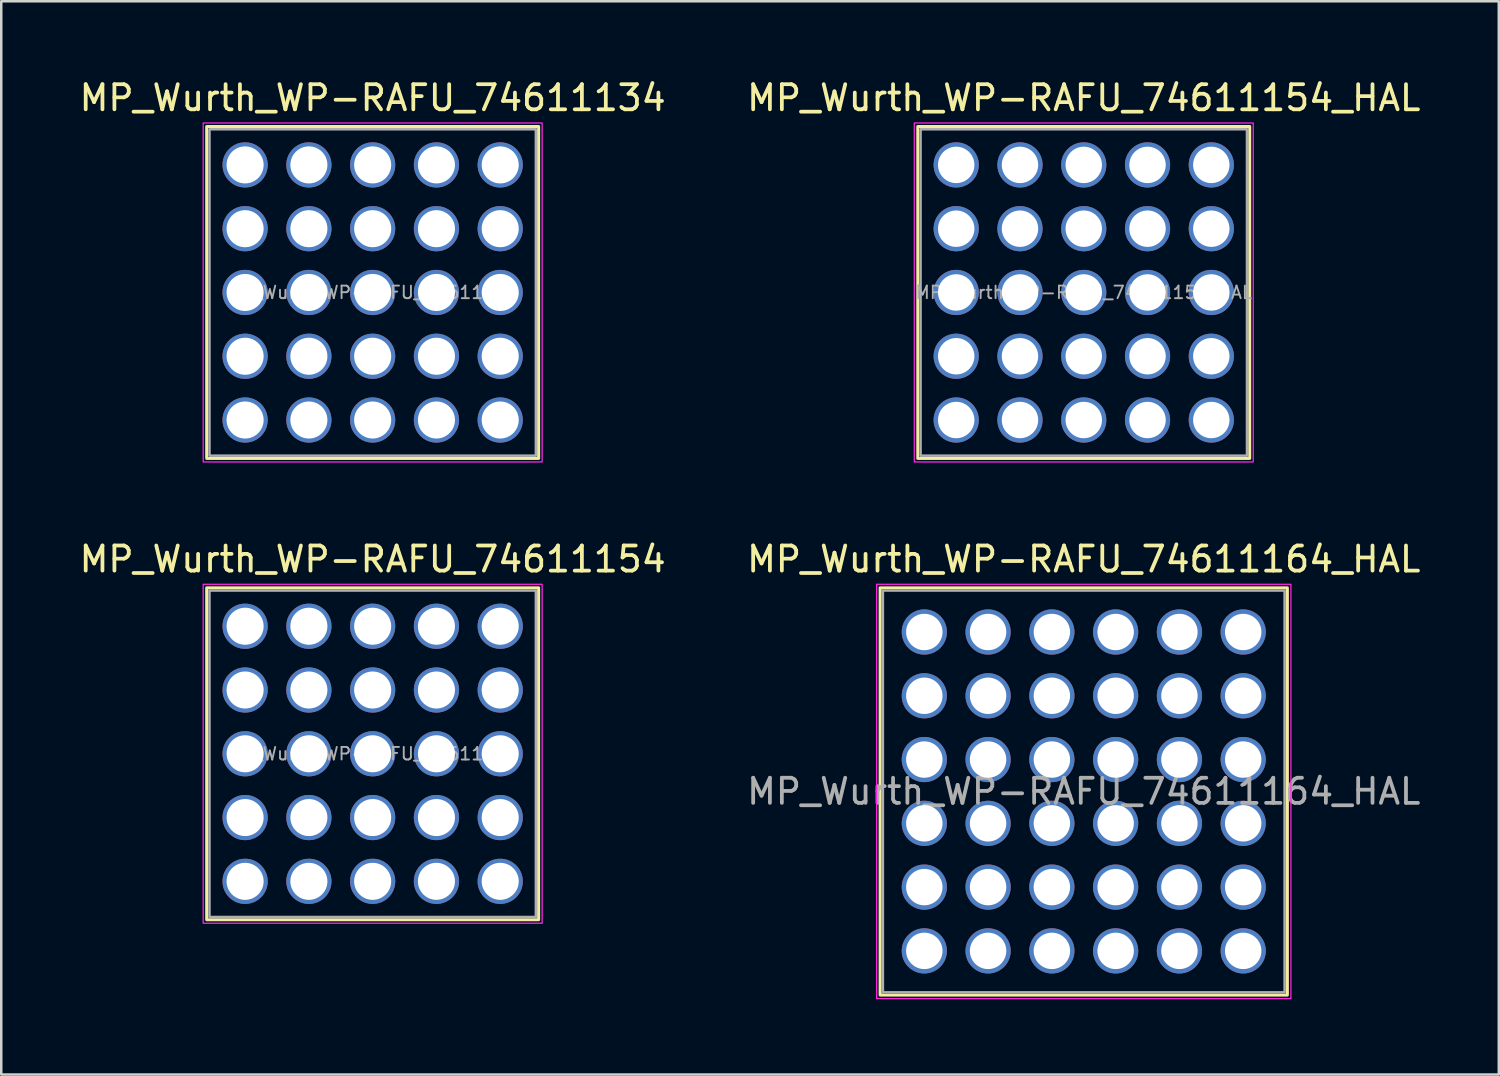
<source format=kicad_pcb>
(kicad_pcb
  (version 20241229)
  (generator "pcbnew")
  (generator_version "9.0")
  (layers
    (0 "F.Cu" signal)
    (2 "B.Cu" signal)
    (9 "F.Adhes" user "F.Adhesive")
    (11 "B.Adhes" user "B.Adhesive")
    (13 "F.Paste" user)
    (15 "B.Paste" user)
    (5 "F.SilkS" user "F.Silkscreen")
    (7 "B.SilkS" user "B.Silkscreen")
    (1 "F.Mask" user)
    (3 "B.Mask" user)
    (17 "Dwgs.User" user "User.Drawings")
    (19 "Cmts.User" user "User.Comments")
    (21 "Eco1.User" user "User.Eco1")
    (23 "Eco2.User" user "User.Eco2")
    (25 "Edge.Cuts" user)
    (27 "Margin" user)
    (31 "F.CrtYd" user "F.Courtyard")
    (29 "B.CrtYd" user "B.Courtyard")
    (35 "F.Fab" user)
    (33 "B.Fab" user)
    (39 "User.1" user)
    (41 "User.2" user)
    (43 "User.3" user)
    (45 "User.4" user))
  (footprint "MP_Wurth_WP-RAFU_74611134"
    (layer "F.Cu")
    (at 11.792 8.598)
    (property "Reference" "MP_Wurth_WP-RAFU_74611134" (at 0 -7.75 0) (unlocked yes) (layer "F.SilkS") (effects (font (size 1 1) (thickness 0.15))))
    (attr through_hole)
    (fp_rect (start -6.61 -6.61) (end 6.61 6.61) (stroke (width 0.12) (type solid)) (fill no) (layer "F.SilkS"))
    (fp_rect (start -6.75 -6.75) (end 6.75 6.75) (stroke (width 0.05) (type solid)) (fill no) (layer "F.CrtYd"))
    (fp_rect (start -6.5 -6.5) (end 6.5 6.5) (stroke (width 0.1) (type solid)) (fill no) (layer "F.Fab"))
    (fp_text user "${REFERENCE}" (at 0 0 0) (unlocked yes) (layer "F.Fab") (effects (font (size 0.5 0.5) (thickness 0.075))))
    (pad "1" thru_hole circle (at -5.08 -5.08) (size 1.8 1.8) (drill 1.475) (layers "*.Cu" "*.Mask"))
    (pad "1" thru_hole circle (at -5.08 -2.54) (size 1.8 1.8) (drill 1.475) (layers "*.Cu" "*.Mask"))
    (pad "1" thru_hole circle (at -5.08 0) (size 1.8 1.8) (drill 1.475) (layers "*.Cu" "*.Mask"))
    (pad "1" thru_hole circle (at -5.08 2.54) (size 1.8 1.8) (drill 1.475) (layers "*.Cu" "*.Mask"))
    (pad "1" thru_hole circle (at -5.08 5.08) (size 1.8 1.8) (drill 1.475) (layers "*.Cu" "*.Mask"))
    (pad "1" thru_hole circle (at -2.54 -5.08) (size 1.8 1.8) (drill 1.475) (layers "*.Cu" "*.Mask"))
    (pad "1" thru_hole circle (at -2.54 -2.54) (size 1.8 1.8) (drill 1.475) (layers "*.Cu" "*.Mask"))
    (pad "1" thru_hole circle (at -2.54 0) (size 1.8 1.8) (drill 1.475) (layers "*.Cu" "*.Mask"))
    (pad "1" thru_hole circle (at -2.54 2.54) (size 1.8 1.8) (drill 1.475) (layers "*.Cu" "*.Mask"))
    (pad "1" thru_hole circle (at -2.54 5.08) (size 1.8 1.8) (drill 1.475) (layers "*.Cu" "*.Mask"))
    (pad "1" thru_hole circle (at 0 -5.08) (size 1.8 1.8) (drill 1.475) (layers "*.Cu" "*.Mask"))
    (pad "1" thru_hole circle (at 0 -2.54) (size 1.8 1.8) (drill 1.475) (layers "*.Cu" "*.Mask"))
    (pad "1" thru_hole circle (at 0 0) (size 1.8 1.8) (drill 1.475) (layers "*.Cu" "*.Mask"))
    (pad "1" thru_hole circle (at 0 2.54) (size 1.8 1.8) (drill 1.475) (layers "*.Cu" "*.Mask"))
    (pad "1" thru_hole circle (at 0 5.08) (size 1.8 1.8) (drill 1.475) (layers "*.Cu" "*.Mask"))
    (pad "1" thru_hole circle (at 2.54 -5.08) (size 1.8 1.8) (drill 1.475) (layers "*.Cu" "*.Mask"))
    (pad "1" thru_hole circle (at 2.54 -2.54) (size 1.8 1.8) (drill 1.475) (layers "*.Cu" "*.Mask"))
    (pad "1" thru_hole circle (at 2.54 0) (size 1.8 1.8) (drill 1.475) (layers "*.Cu" "*.Mask"))
    (pad "1" thru_hole circle (at 2.54 2.54) (size 1.8 1.8) (drill 1.475) (layers "*.Cu" "*.Mask"))
    (pad "1" thru_hole circle (at 2.54 5.08) (size 1.8 1.8) (drill 1.475) (layers "*.Cu" "*.Mask"))
    (pad "1" thru_hole circle (at 5.08 -5.08) (size 1.8 1.8) (drill 1.475) (layers "*.Cu" "*.Mask"))
    (pad "1" thru_hole circle (at 5.08 -2.54) (size 1.8 1.8) (drill 1.475) (layers "*.Cu" "*.Mask"))
    (pad "1" thru_hole circle (at 5.08 0) (size 1.8 1.8) (drill 1.475) (layers "*.Cu" "*.Mask"))
    (pad "1" thru_hole circle (at 5.08 2.54) (size 1.8 1.8) (drill 1.475) (layers "*.Cu" "*.Mask"))
    (pad "1" thru_hole circle (at 5.08 5.08) (size 1.8 1.8) (drill 1.475) (layers "*.Cu" "*.Mask")))
  (footprint "MP_Wurth_WP-RAFU_74611154"
    (layer "F.Cu")
    (at 11.792 26.971)
    (property "Reference" "MP_Wurth_WP-RAFU_74611154" (at 0 -7.75 0) (unlocked yes) (layer "F.SilkS") (effects (font (size 1 1) (thickness 0.15))))
    (attr through_hole)
    (fp_rect (start -6.61 -6.61) (end 6.61 6.61) (stroke (width 0.12) (type solid)) (fill no) (layer "F.SilkS"))
    (fp_rect (start -6.75 -6.75) (end 6.75 6.75) (stroke (width 0.05) (type solid)) (fill no) (layer "F.CrtYd"))
    (fp_rect (start -6.5 -6.5) (end 6.5 6.5) (stroke (width 0.1) (type solid)) (fill no) (layer "F.Fab"))
    (fp_text user "${REFERENCE}" (at 0 0 0) (unlocked yes) (layer "F.Fab") (effects (font (size 0.5 0.5) (thickness 0.075))))
    (pad "1" thru_hole circle (at -5.08 -5.08) (size 1.8 1.8) (drill 1.475) (layers "*.Cu" "*.Mask"))
    (pad "1" thru_hole circle (at -5.08 -2.54) (size 1.8 1.8) (drill 1.475) (layers "*.Cu" "*.Mask"))
    (pad "1" thru_hole circle (at -5.08 0) (size 1.8 1.8) (drill 1.475) (layers "*.Cu" "*.Mask"))
    (pad "1" thru_hole circle (at -5.08 2.54) (size 1.8 1.8) (drill 1.475) (layers "*.Cu" "*.Mask"))
    (pad "1" thru_hole circle (at -5.08 5.08) (size 1.8 1.8) (drill 1.475) (layers "*.Cu" "*.Mask"))
    (pad "1" thru_hole circle (at -2.54 -5.08) (size 1.8 1.8) (drill 1.475) (layers "*.Cu" "*.Mask"))
    (pad "1" thru_hole circle (at -2.54 -2.54) (size 1.8 1.8) (drill 1.475) (layers "*.Cu" "*.Mask"))
    (pad "1" thru_hole circle (at -2.54 0) (size 1.8 1.8) (drill 1.475) (layers "*.Cu" "*.Mask"))
    (pad "1" thru_hole circle (at -2.54 2.54) (size 1.8 1.8) (drill 1.475) (layers "*.Cu" "*.Mask"))
    (pad "1" thru_hole circle (at -2.54 5.08) (size 1.8 1.8) (drill 1.475) (layers "*.Cu" "*.Mask"))
    (pad "1" thru_hole circle (at 0 -5.08) (size 1.8 1.8) (drill 1.475) (layers "*.Cu" "*.Mask"))
    (pad "1" thru_hole circle (at 0 -2.54) (size 1.8 1.8) (drill 1.475) (layers "*.Cu" "*.Mask"))
    (pad "1" thru_hole circle (at 0 0) (size 1.8 1.8) (drill 1.475) (layers "*.Cu" "*.Mask"))
    (pad "1" thru_hole circle (at 0 2.54) (size 1.8 1.8) (drill 1.475) (layers "*.Cu" "*.Mask"))
    (pad "1" thru_hole circle (at 0 5.08) (size 1.8 1.8) (drill 1.475) (layers "*.Cu" "*.Mask"))
    (pad "1" thru_hole circle (at 2.54 -5.08) (size 1.8 1.8) (drill 1.475) (layers "*.Cu" "*.Mask"))
    (pad "1" thru_hole circle (at 2.54 -2.54) (size 1.8 1.8) (drill 1.475) (layers "*.Cu" "*.Mask"))
    (pad "1" thru_hole circle (at 2.54 0) (size 1.8 1.8) (drill 1.475) (layers "*.Cu" "*.Mask"))
    (pad "1" thru_hole circle (at 2.54 2.54) (size 1.8 1.8) (drill 1.475) (layers "*.Cu" "*.Mask"))
    (pad "1" thru_hole circle (at 2.54 5.08) (size 1.8 1.8) (drill 1.475) (layers "*.Cu" "*.Mask"))
    (pad "1" thru_hole circle (at 5.08 -5.08) (size 1.8 1.8) (drill 1.475) (layers "*.Cu" "*.Mask"))
    (pad "1" thru_hole circle (at 5.08 -2.54) (size 1.8 1.8) (drill 1.475) (layers "*.Cu" "*.Mask"))
    (pad "1" thru_hole circle (at 5.08 0) (size 1.8 1.8) (drill 1.475) (layers "*.Cu" "*.Mask"))
    (pad "1" thru_hole circle (at 5.08 2.54) (size 1.8 1.8) (drill 1.475) (layers "*.Cu" "*.Mask"))
    (pad "1" thru_hole circle (at 5.08 5.08) (size 1.8 1.8) (drill 1.475) (layers "*.Cu" "*.Mask")))
  (footprint "MP_Wurth_WP-RAFU_74611154_HAL"
    (layer "F.Cu")
    (at 40.113 8.598)
    (property "Reference" "MP_Wurth_WP-RAFU_74611154_HAL" (at 0 -7.75 0) (unlocked yes) (layer "F.SilkS") (effects (font (size 1 1) (thickness 0.15))))
    (attr through_hole)
    (fp_rect (start -6.61 -6.61) (end 6.61 6.61) (stroke (width 0.12) (type solid)) (fill no) (layer "F.SilkS"))
    (fp_rect (start -6.75 -6.75) (end 6.75 6.75) (stroke (width 0.05) (type solid)) (fill no) (layer "F.CrtYd"))
    (fp_rect (start -6.5 -6.5) (end 6.5 6.5) (stroke (width 0.1) (type solid)) (fill no) (layer "F.Fab"))
    (fp_text user "${REFERENCE}" (at 0 0 0) (unlocked yes) (layer "F.Fab") (effects (font (size 0.5 0.5) (thickness 0.075))))
    (pad "1" thru_hole circle (at -5.08 -5.08) (size 1.8 1.8) (drill 1.45) (layers "*.Cu" "*.Mask"))
    (pad "1" thru_hole circle (at -5.08 -2.54) (size 1.8 1.8) (drill 1.45) (layers "*.Cu" "*.Mask"))
    (pad "1" thru_hole circle (at -5.08 0) (size 1.8 1.8) (drill 1.45) (layers "*.Cu" "*.Mask"))
    (pad "1" thru_hole circle (at -5.08 2.54) (size 1.8 1.8) (drill 1.45) (layers "*.Cu" "*.Mask"))
    (pad "1" thru_hole circle (at -5.08 5.08) (size 1.8 1.8) (drill 1.45) (layers "*.Cu" "*.Mask"))
    (pad "1" thru_hole circle (at -2.54 -5.08) (size 1.8 1.8) (drill 1.45) (layers "*.Cu" "*.Mask"))
    (pad "1" thru_hole circle (at -2.54 -2.54) (size 1.8 1.8) (drill 1.45) (layers "*.Cu" "*.Mask"))
    (pad "1" thru_hole circle (at -2.54 0) (size 1.8 1.8) (drill 1.45) (layers "*.Cu" "*.Mask"))
    (pad "1" thru_hole circle (at -2.54 2.54) (size 1.8 1.8) (drill 1.45) (layers "*.Cu" "*.Mask"))
    (pad "1" thru_hole circle (at -2.54 5.08) (size 1.8 1.8) (drill 1.45) (layers "*.Cu" "*.Mask"))
    (pad "1" thru_hole circle (at 0 -5.08) (size 1.8 1.8) (drill 1.45) (layers "*.Cu" "*.Mask"))
    (pad "1" thru_hole circle (at 0 -2.54) (size 1.8 1.8) (drill 1.45) (layers "*.Cu" "*.Mask"))
    (pad "1" thru_hole circle (at 0 0) (size 1.8 1.8) (drill 1.45) (layers "*.Cu" "*.Mask"))
    (pad "1" thru_hole circle (at 0 2.54) (size 1.8 1.8) (drill 1.45) (layers "*.Cu" "*.Mask"))
    (pad "1" thru_hole circle (at 0 5.08) (size 1.8 1.8) (drill 1.45) (layers "*.Cu" "*.Mask"))
    (pad "1" thru_hole circle (at 2.54 -5.08) (size 1.8 1.8) (drill 1.45) (layers "*.Cu" "*.Mask"))
    (pad "1" thru_hole circle (at 2.54 -2.54) (size 1.8 1.8) (drill 1.45) (layers "*.Cu" "*.Mask"))
    (pad "1" thru_hole circle (at 2.54 0) (size 1.8 1.8) (drill 1.45) (layers "*.Cu" "*.Mask"))
    (pad "1" thru_hole circle (at 2.54 2.54) (size 1.8 1.8) (drill 1.45) (layers "*.Cu" "*.Mask"))
    (pad "1" thru_hole circle (at 2.54 5.08) (size 1.8 1.8) (drill 1.45) (layers "*.Cu" "*.Mask"))
    (pad "1" thru_hole circle (at 5.08 -5.08) (size 1.8 1.8) (drill 1.45) (layers "*.Cu" "*.Mask"))
    (pad "1" thru_hole circle (at 5.08 -2.54) (size 1.8 1.8) (drill 1.45) (layers "*.Cu" "*.Mask"))
    (pad "1" thru_hole circle (at 5.08 0) (size 1.8 1.8) (drill 1.45) (layers "*.Cu" "*.Mask"))
    (pad "1" thru_hole circle (at 5.08 2.54) (size 1.8 1.8) (drill 1.45) (layers "*.Cu" "*.Mask"))
    (pad "1" thru_hole circle (at 5.08 5.08) (size 1.8 1.8) (drill 1.45) (layers "*.Cu" "*.Mask")))
  (footprint "MP_Wurth_WP-RAFU_74611164_HAL"
    (layer "F.Cu")
    (at 40.113 28.471)
    (property "Reference" "MP_Wurth_WP-RAFU_74611164_HAL" (at 0 -9.25 0) (unlocked yes) (layer "F.SilkS") (effects (font (size 1 1) (thickness 0.15))))
    (attr through_hole)
    (fp_rect (start -8.11 -8.11) (end 8.11 8.11) (stroke (width 0.12) (type solid)) (fill no) (layer "F.SilkS"))
    (fp_rect (start -8.25 -8.25) (end 8.25 8.25) (stroke (width 0.05) (type solid)) (fill no) (layer "F.CrtYd"))
    (fp_rect (start -8 -8) (end 8 8) (stroke (width 0.1) (type solid)) (fill no) (layer "F.Fab"))
    (fp_text user "${REFERENCE}" (at 0 0 0) (unlocked yes) (layer "F.Fab") (effects (font (size 1 1) (thickness 0.15))))
    (pad "1" thru_hole circle (at -6.35 -6.35) (size 1.8 1.8) (drill 1.45) (layers "*.Cu" "*.Mask"))
    (pad "1" thru_hole circle (at -6.35 -3.81) (size 1.8 1.8) (drill 1.45) (layers "*.Cu" "*.Mask"))
    (pad "1" thru_hole circle (at -6.35 -1.27) (size 1.8 1.8) (drill 1.45) (layers "*.Cu" "*.Mask"))
    (pad "1" thru_hole circle (at -6.35 1.27) (size 1.8 1.8) (drill 1.45) (layers "*.Cu" "*.Mask"))
    (pad "1" thru_hole circle (at -6.35 3.81) (size 1.8 1.8) (drill 1.45) (layers "*.Cu" "*.Mask"))
    (pad "1" thru_hole circle (at -6.35 6.35) (size 1.8 1.8) (drill 1.45) (layers "*.Cu" "*.Mask"))
    (pad "1" thru_hole circle (at -3.81 -6.35) (size 1.8 1.8) (drill 1.45) (layers "*.Cu" "*.Mask"))
    (pad "1" thru_hole circle (at -3.81 -3.81) (size 1.8 1.8) (drill 1.45) (layers "*.Cu" "*.Mask"))
    (pad "1" thru_hole circle (at -3.81 -1.27) (size 1.8 1.8) (drill 1.45) (layers "*.Cu" "*.Mask"))
    (pad "1" thru_hole circle (at -3.81 1.27) (size 1.8 1.8) (drill 1.45) (layers "*.Cu" "*.Mask"))
    (pad "1" thru_hole circle (at -3.81 3.81) (size 1.8 1.8) (drill 1.45) (layers "*.Cu" "*.Mask"))
    (pad "1" thru_hole circle (at -3.81 6.35) (size 1.8 1.8) (drill 1.45) (layers "*.Cu" "*.Mask"))
    (pad "1" thru_hole circle (at -1.27 -6.35) (size 1.8 1.8) (drill 1.45) (layers "*.Cu" "*.Mask"))
    (pad "1" thru_hole circle (at -1.27 -3.81) (size 1.8 1.8) (drill 1.45) (layers "*.Cu" "*.Mask"))
    (pad "1" thru_hole circle (at -1.27 -1.27) (size 1.8 1.8) (drill 1.45) (layers "*.Cu" "*.Mask"))
    (pad "1" thru_hole circle (at -1.27 1.27) (size 1.8 1.8) (drill 1.45) (layers "*.Cu" "*.Mask"))
    (pad "1" thru_hole circle (at -1.27 3.81) (size 1.8 1.8) (drill 1.45) (layers "*.Cu" "*.Mask"))
    (pad "1" thru_hole circle (at -1.27 6.35) (size 1.8 1.8) (drill 1.45) (layers "*.Cu" "*.Mask"))
    (pad "1" thru_hole circle (at 1.27 -6.35) (size 1.8 1.8) (drill 1.45) (layers "*.Cu" "*.Mask"))
    (pad "1" thru_hole circle (at 1.27 -3.81) (size 1.8 1.8) (drill 1.45) (layers "*.Cu" "*.Mask"))
    (pad "1" thru_hole circle (at 1.27 -1.27) (size 1.8 1.8) (drill 1.45) (layers "*.Cu" "*.Mask"))
    (pad "1" thru_hole circle (at 1.27 1.27) (size 1.8 1.8) (drill 1.45) (layers "*.Cu" "*.Mask"))
    (pad "1" thru_hole circle (at 1.27 3.81) (size 1.8 1.8) (drill 1.45) (layers "*.Cu" "*.Mask"))
    (pad "1" thru_hole circle (at 1.27 6.35) (size 1.8 1.8) (drill 1.45) (layers "*.Cu" "*.Mask"))
    (pad "1" thru_hole circle (at 3.81 -6.35) (size 1.8 1.8) (drill 1.45) (layers "*.Cu" "*.Mask"))
    (pad "1" thru_hole circle (at 3.81 -3.81) (size 1.8 1.8) (drill 1.45) (layers "*.Cu" "*.Mask"))
    (pad "1" thru_hole circle (at 3.81 -1.27) (size 1.8 1.8) (drill 1.45) (layers "*.Cu" "*.Mask"))
    (pad "1" thru_hole circle (at 3.81 1.27) (size 1.8 1.8) (drill 1.45) (layers "*.Cu" "*.Mask"))
    (pad "1" thru_hole circle (at 3.81 3.81) (size 1.8 1.8) (drill 1.45) (layers "*.Cu" "*.Mask"))
    (pad "1" thru_hole circle (at 3.81 6.35) (size 1.8 1.8) (drill 1.45) (layers "*.Cu" "*.Mask"))
    (pad "1" thru_hole circle (at 6.35 -6.35) (size 1.8 1.8) (drill 1.45) (layers "*.Cu" "*.Mask"))
    (pad "1" thru_hole circle (at 6.35 -3.81) (size 1.8 1.8) (drill 1.45) (layers "*.Cu" "*.Mask"))
    (pad "1" thru_hole circle (at 6.35 -1.27) (size 1.8 1.8) (drill 1.45) (layers "*.Cu" "*.Mask"))
    (pad "1" thru_hole circle (at 6.35 1.27) (size 1.8 1.8) (drill 1.45) (layers "*.Cu" "*.Mask"))
    (pad "1" thru_hole circle (at 6.35 3.81) (size 1.8 1.8) (drill 1.45) (layers "*.Cu" "*.Mask"))
    (pad "1" thru_hole circle (at 6.35 6.35) (size 1.8 1.8) (drill 1.45) (layers "*.Cu" "*.Mask")))
  (gr_rect
    (start -3 -3)
    (end 56.643 39.746)
    (stroke (width 0.1) (type default))
    (fill no)
    (layer "Edge.Cuts")))
</source>
